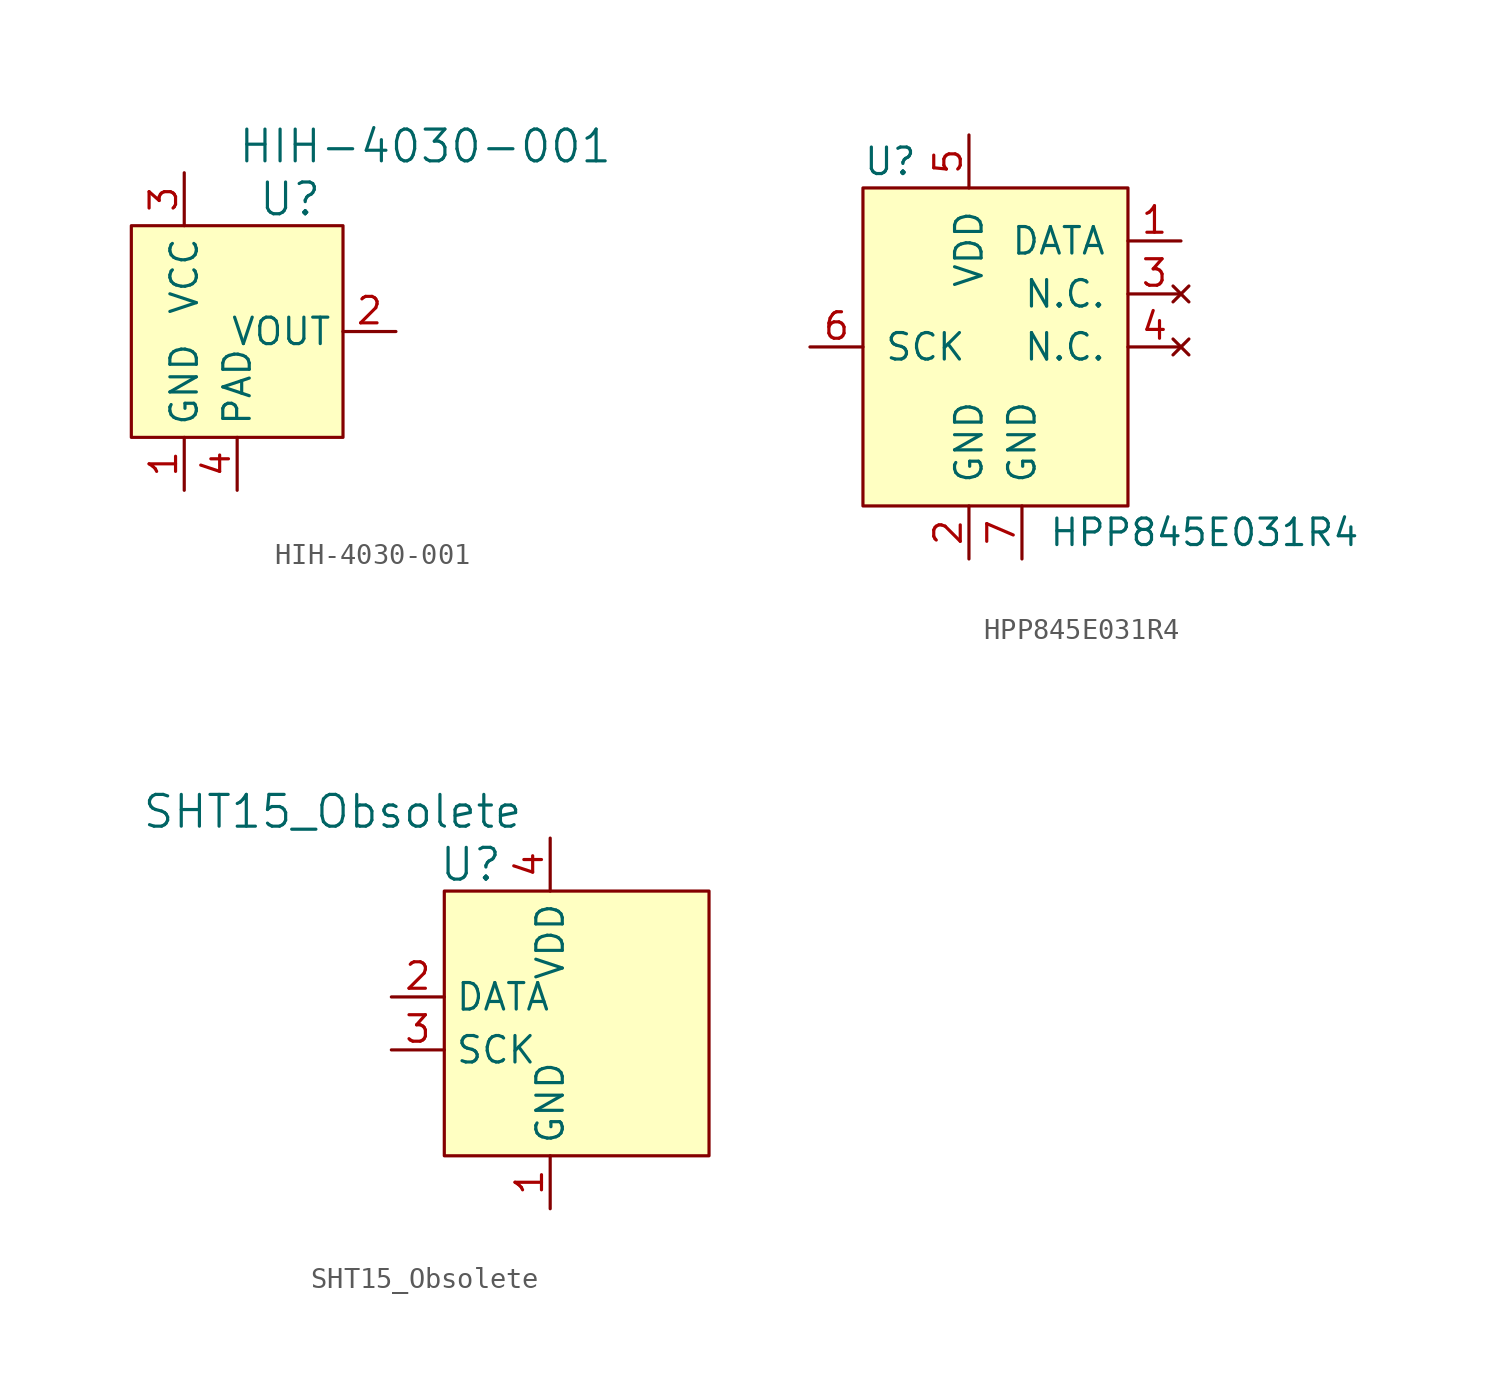
<source format=kicad_sym>
(kicad_symbol_lib
  (version 20220914)
  (generator kicad_symbol_editor)
  (symbol "HIH-4030-001"
    (property "Reference" "U"
      (at 5.08 8.89 0)
      (effects (font (size 1.524 1.524))))
    (property "Value" "HIH-4030-001"
      (at 2.54 11.43 0)
      (effects (font (size 1.524 1.524)) (justify left)))
    (symbol "HIH-4030-001_0_1"
      (rectangle (start 7.62 7.62) (end -2.54 -2.54) (stroke (width 0) (type solid)) (fill (type background))))
    (symbol "HIH-4030-001_1_1"
      (pin power_in line (at 0 -5.08 90) (length 2.54) (name "GND" (effects (font (size 1.27 1.27)))) (number "1" (effects (font (size 1.27 1.27)))))
      (pin output line (at 10.16 2.54 180) (length 2.54) (name "VOUT" (effects (font (size 1.27 1.27)))) (number "2" (effects (font (size 1.27 1.27)))))
      (pin power_in line (at 0 10.16 270) (length 2.54) (name "VCC" (effects (font (size 1.27 1.27)))) (number "3" (effects (font (size 1.27 1.27)))))
      (pin unspecified line (at 2.54 -5.08 90) (length 2.54) (name "PAD" (effects (font (size 1.27 1.27)))) (number "4" (effects (font (size 1.27 1.27)))))))
  (symbol "HPP845E031R4"
    (pin_names
      (offset 1.016))
    (property "Reference" "U"
      (at -5.08 8.89 0)
      (effects (font (size 1.27 1.27)) (justify left)))
    (property "Value" "HPP845E031R4"
      (at 3.81 -8.89 0)
      (effects (font (size 1.27 1.27)) (justify left)))
    (symbol "HPP845E031R4_0_1"
      (rectangle (start -5.08 7.62) (end 7.62 -7.62) (stroke (width 0) (type solid)) (fill (type background))))
    (symbol "HPP845E031R4_1_1"
      (pin bidirectional line (at 10.16 5.08 180) (length 2.54) (name "DATA" (effects (font (size 1.27 1.27)))) (number "1" (effects (font (size 1.27 1.27)))))
      (pin power_in line (at 0 -10.16 90) (length 2.54) (name "GND" (effects (font (size 1.27 1.27)))) (number "2" (effects (font (size 1.27 1.27)))))
      (pin no_connect line (at 10.16 2.54 180) (length 2.54) (name "N.C." (effects (font (size 1.27 1.27)))) (number "3" (effects (font (size 1.27 1.27)))))
      (pin no_connect line (at 10.16 0 180) (length 2.54) (name "N.C." (effects (font (size 1.27 1.27)))) (number "4" (effects (font (size 1.27 1.27)))))
      (pin power_in line (at 0 10.16 270) (length 2.54) (name "VDD" (effects (font (size 1.27 1.27)))) (number "5" (effects (font (size 1.27 1.27)))))
      (pin input line (at -7.62 0 0) (length 2.54) (name "SCK" (effects (font (size 1.27 1.27)))) (number "6" (effects (font (size 1.27 1.27)))))
      (pin passive line (at 2.54 -10.16 90) (length 2.54) (name "GND" (effects (font (size 1.27 1.27)))) (number "7" (effects (font (size 1.27 1.27)))))))
  (symbol "SHT15_Obsolete"
    (property "Reference" "U"
      (at -6.35 8.89 0)
      (effects (font (size 1.524 1.524))))
    (property "Value" "SHT15_Obsolete"
      (at -3.81 11.43 0)
      (effects (font (size 1.524 1.524)) (justify right)))
    (symbol "SHT15_Obsolete_0_1"
      (rectangle (start -7.62 7.62) (end 5.08 -5.08) (stroke (width 0) (type solid)) (fill (type background))))
    (symbol "SHT15_Obsolete_1_1"
      (pin power_in line (at -2.54 -7.62 90) (length 2.54) (name "GND" (effects (font (size 1.27 1.27)))) (number "1" (effects (font (size 1.27 1.27)))))
      (pin bidirectional line (at -10.16 2.54 0) (length 2.54) (name "DATA" (effects (font (size 1.27 1.27)))) (number "2" (effects (font (size 1.27 1.27)))))
      (pin input line (at -10.16 0 0) (length 2.54) (name "SCK" (effects (font (size 1.27 1.27)))) (number "3" (effects (font (size 1.27 1.27)))))
      (pin power_in line (at -2.54 10.16 270) (length 2.54) (name "VDD" (effects (font (size 1.27 1.27)))) (number "4" (effects (font (size 1.27 1.27)))))
      (pin no_connect line (at 5.08 5.08 180) (length 2.54) hide (name "NC" (effects (font (size 1.27 1.27)))) (number "5" (effects (font (size 1.27 1.27)))))
      (pin no_connect line (at 5.08 2.54 180) (length 2.54) hide (name "NC" (effects (font (size 1.27 1.27)))) (number "6" (effects (font (size 1.27 1.27)))))
      (pin no_connect line (at 5.08 0 180) (length 2.54) hide (name "NC" (effects (font (size 1.27 1.27)))) (number "7" (effects (font (size 1.27 1.27)))))
      (pin no_connect line (at 5.08 -2.54 180) (length 2.54) hide (name "NC" (effects (font (size 1.27 1.27)))) (number "8" (effects (font (size 1.27 1.27))))))))
</source>
